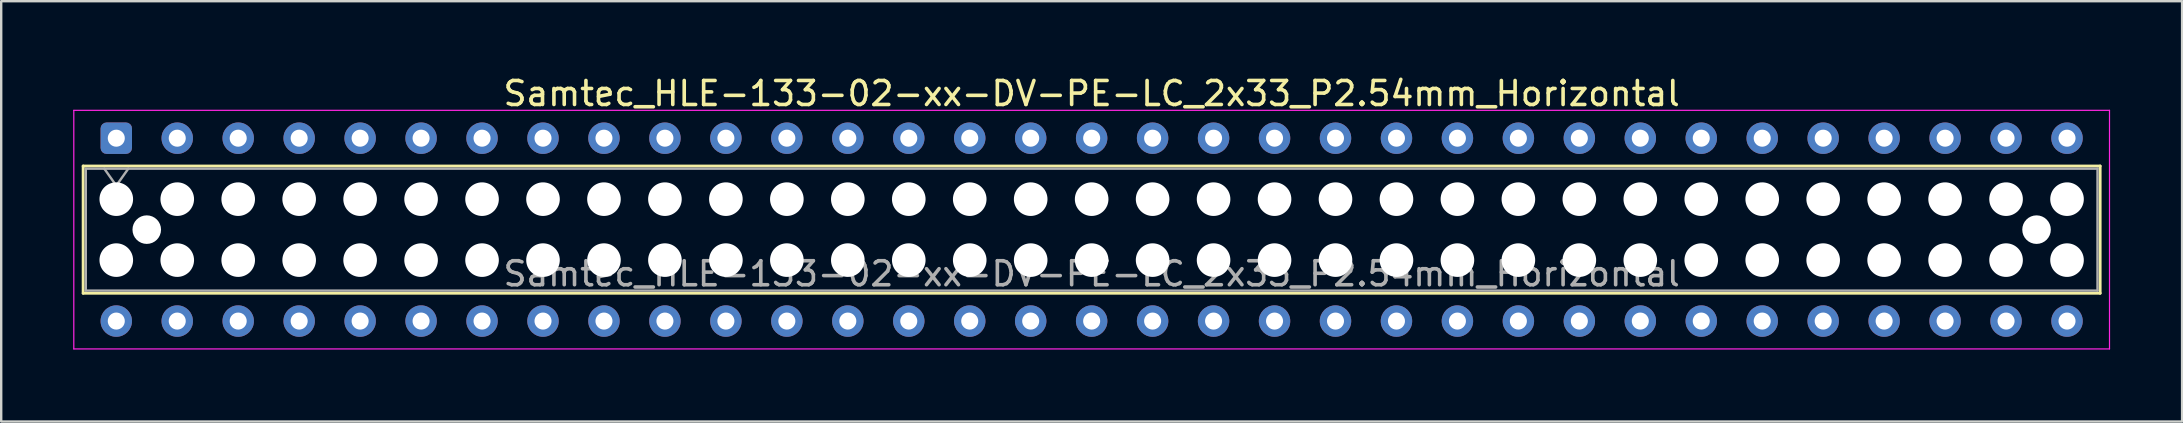
<source format=kicad_pcb>
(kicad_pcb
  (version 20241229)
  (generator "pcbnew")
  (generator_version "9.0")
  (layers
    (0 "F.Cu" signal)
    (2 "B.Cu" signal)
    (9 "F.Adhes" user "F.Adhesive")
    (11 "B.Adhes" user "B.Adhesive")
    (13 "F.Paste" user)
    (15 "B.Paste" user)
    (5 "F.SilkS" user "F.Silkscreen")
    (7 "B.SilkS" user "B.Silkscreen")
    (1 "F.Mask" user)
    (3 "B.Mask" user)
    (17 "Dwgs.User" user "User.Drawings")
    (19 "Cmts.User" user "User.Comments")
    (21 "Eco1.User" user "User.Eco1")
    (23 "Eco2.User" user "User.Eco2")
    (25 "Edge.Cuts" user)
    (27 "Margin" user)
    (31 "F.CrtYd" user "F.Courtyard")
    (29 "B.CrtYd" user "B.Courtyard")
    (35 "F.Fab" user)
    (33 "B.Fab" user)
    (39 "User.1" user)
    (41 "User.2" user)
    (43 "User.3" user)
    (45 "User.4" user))
  (footprint "Samtec_HLE-133-02-xx-DV-PE-LC_2x33_P2.54mm_Horizontal"
    (layer "F.Cu")
    (at 1.795 2.708)
    (property "Reference" "Samtec_HLE-133-02-xx-DV-PE-LC_2x33_P2.54mm_Horizontal" (at 40.64 -1.86 0) (layer "F.SilkS") (effects (font (size 1 1) (thickness 0.15))))
    (attr through_hole)
    (fp_line (start -1.38 1.16) (end 82.66 1.16) (stroke (width 0.12) (type solid)) (layer "F.SilkS"))
    (fp_line (start -1.38 6.46) (end -1.38 1.16) (stroke (width 0.12) (type solid)) (layer "F.SilkS"))
    (fp_line (start 82.66 1.16) (end 82.66 6.46) (stroke (width 0.12) (type solid)) (layer "F.SilkS"))
    (fp_line (start 82.66 6.46) (end -1.38 6.46) (stroke (width 0.12) (type solid)) (layer "F.SilkS"))
    (fp_line (start -1.77 -1.16) (end 83.05 -1.16) (stroke (width 0.05) (type solid)) (layer "F.CrtYd"))
    (fp_line (start -1.77 8.78) (end -1.77 -1.16) (stroke (width 0.05) (type solid)) (layer "F.CrtYd"))
    (fp_line (start 83.05 -1.16) (end 83.05 8.78) (stroke (width 0.05) (type solid)) (layer "F.CrtYd"))
    (fp_line (start 83.05 8.78) (end -1.77 8.78) (stroke (width 0.05) (type solid)) (layer "F.CrtYd"))
    (fp_line (start -1.27 1.27) (end 82.55 1.27) (stroke (width 0.1) (type solid)) (layer "F.Fab"))
    (fp_line (start -1.27 6.35) (end -1.27 1.27) (stroke (width 0.1) (type solid)) (layer "F.Fab"))
    (fp_line (start -0.5 1.27) (end 0 1.977) (stroke (width 0.1) (type solid)) (layer "F.Fab"))
    (fp_line (start 0 1.977) (end 0.5 1.27) (stroke (width 0.1) (type solid)) (layer "F.Fab"))
    (fp_line (start 82.55 1.27) (end 82.55 6.35) (stroke (width 0.1) (type solid)) (layer "F.Fab"))
    (fp_line (start 82.55 6.35) (end -1.27 6.35) (stroke (width 0.1) (type solid)) (layer "F.Fab"))
    (fp_text user "${REFERENCE}" (at 40.64 5.65 0) (layer "F.Fab") (effects (font (size 1 1) (thickness 0.15))))
    (pad "" np_thru_hole circle (at 0 2.54) (size 1.4 1.4) (drill 1.4) (layers "*.Cu" "*.Mask"))
    (pad "" np_thru_hole circle (at 0 5.08) (size 1.4 1.4) (drill 1.4) (layers "*.Cu" "*.Mask"))
    (pad "" np_thru_hole circle (at 1.27 3.81) (size 1.19 1.19) (drill 1.19) (layers "*.Cu" "*.Mask"))
    (pad "" np_thru_hole circle (at 2.54 2.54) (size 1.4 1.4) (drill 1.4) (layers "*.Cu" "*.Mask"))
    (pad "" np_thru_hole circle (at 2.54 5.08) (size 1.4 1.4) (drill 1.4) (layers "*.Cu" "*.Mask"))
    (pad "" np_thru_hole circle (at 5.08 2.54) (size 1.4 1.4) (drill 1.4) (layers "*.Cu" "*.Mask"))
    (pad "" np_thru_hole circle (at 5.08 5.08) (size 1.4 1.4) (drill 1.4) (layers "*.Cu" "*.Mask"))
    (pad "" np_thru_hole circle (at 7.62 2.54) (size 1.4 1.4) (drill 1.4) (layers "*.Cu" "*.Mask"))
    (pad "" np_thru_hole circle (at 7.62 5.08) (size 1.4 1.4) (drill 1.4) (layers "*.Cu" "*.Mask"))
    (pad "" np_thru_hole circle (at 10.16 2.54) (size 1.4 1.4) (drill 1.4) (layers "*.Cu" "*.Mask"))
    (pad "" np_thru_hole circle (at 10.16 5.08) (size 1.4 1.4) (drill 1.4) (layers "*.Cu" "*.Mask"))
    (pad "" np_thru_hole circle (at 12.7 2.54) (size 1.4 1.4) (drill 1.4) (layers "*.Cu" "*.Mask"))
    (pad "" np_thru_hole circle (at 12.7 5.08) (size 1.4 1.4) (drill 1.4) (layers "*.Cu" "*.Mask"))
    (pad "" np_thru_hole circle (at 15.24 2.54) (size 1.4 1.4) (drill 1.4) (layers "*.Cu" "*.Mask"))
    (pad "" np_thru_hole circle (at 15.24 5.08) (size 1.4 1.4) (drill 1.4) (layers "*.Cu" "*.Mask"))
    (pad "" np_thru_hole circle (at 17.78 2.54) (size 1.4 1.4) (drill 1.4) (layers "*.Cu" "*.Mask"))
    (pad "" np_thru_hole circle (at 17.78 5.08) (size 1.4 1.4) (drill 1.4) (layers "*.Cu" "*.Mask"))
    (pad "" np_thru_hole circle (at 20.32 2.54) (size 1.4 1.4) (drill 1.4) (layers "*.Cu" "*.Mask"))
    (pad "" np_thru_hole circle (at 20.32 5.08) (size 1.4 1.4) (drill 1.4) (layers "*.Cu" "*.Mask"))
    (pad "" np_thru_hole circle (at 22.86 2.54) (size 1.4 1.4) (drill 1.4) (layers "*.Cu" "*.Mask"))
    (pad "" np_thru_hole circle (at 22.86 5.08) (size 1.4 1.4) (drill 1.4) (layers "*.Cu" "*.Mask"))
    (pad "" np_thru_hole circle (at 25.4 2.54) (size 1.4 1.4) (drill 1.4) (layers "*.Cu" "*.Mask"))
    (pad "" np_thru_hole circle (at 25.4 5.08) (size 1.4 1.4) (drill 1.4) (layers "*.Cu" "*.Mask"))
    (pad "" np_thru_hole circle (at 27.94 2.54) (size 1.4 1.4) (drill 1.4) (layers "*.Cu" "*.Mask"))
    (pad "" np_thru_hole circle (at 27.94 5.08) (size 1.4 1.4) (drill 1.4) (layers "*.Cu" "*.Mask"))
    (pad "" np_thru_hole circle (at 30.48 2.54) (size 1.4 1.4) (drill 1.4) (layers "*.Cu" "*.Mask"))
    (pad "" np_thru_hole circle (at 30.48 5.08) (size 1.4 1.4) (drill 1.4) (layers "*.Cu" "*.Mask"))
    (pad "" np_thru_hole circle (at 33.02 2.54) (size 1.4 1.4) (drill 1.4) (layers "*.Cu" "*.Mask"))
    (pad "" np_thru_hole circle (at 33.02 5.08) (size 1.4 1.4) (drill 1.4) (layers "*.Cu" "*.Mask"))
    (pad "" np_thru_hole circle (at 35.56 2.54) (size 1.4 1.4) (drill 1.4) (layers "*.Cu" "*.Mask"))
    (pad "" np_thru_hole circle (at 35.56 5.08) (size 1.4 1.4) (drill 1.4) (layers "*.Cu" "*.Mask"))
    (pad "" np_thru_hole circle (at 38.1 2.54) (size 1.4 1.4) (drill 1.4) (layers "*.Cu" "*.Mask"))
    (pad "" np_thru_hole circle (at 38.1 5.08) (size 1.4 1.4) (drill 1.4) (layers "*.Cu" "*.Mask"))
    (pad "" np_thru_hole circle (at 40.64 2.54) (size 1.4 1.4) (drill 1.4) (layers "*.Cu" "*.Mask"))
    (pad "" np_thru_hole circle (at 40.64 5.08) (size 1.4 1.4) (drill 1.4) (layers "*.Cu" "*.Mask"))
    (pad "" np_thru_hole circle (at 43.18 2.54) (size 1.4 1.4) (drill 1.4) (layers "*.Cu" "*.Mask"))
    (pad "" np_thru_hole circle (at 43.18 5.08) (size 1.4 1.4) (drill 1.4) (layers "*.Cu" "*.Mask"))
    (pad "" np_thru_hole circle (at 45.72 2.54) (size 1.4 1.4) (drill 1.4) (layers "*.Cu" "*.Mask"))
    (pad "" np_thru_hole circle (at 45.72 5.08) (size 1.4 1.4) (drill 1.4) (layers "*.Cu" "*.Mask"))
    (pad "" np_thru_hole circle (at 48.26 2.54) (size 1.4 1.4) (drill 1.4) (layers "*.Cu" "*.Mask"))
    (pad "" np_thru_hole circle (at 48.26 5.08) (size 1.4 1.4) (drill 1.4) (layers "*.Cu" "*.Mask"))
    (pad "" np_thru_hole circle (at 50.8 2.54) (size 1.4 1.4) (drill 1.4) (layers "*.Cu" "*.Mask"))
    (pad "" np_thru_hole circle (at 50.8 5.08) (size 1.4 1.4) (drill 1.4) (layers "*.Cu" "*.Mask"))
    (pad "" np_thru_hole circle (at 53.34 2.54) (size 1.4 1.4) (drill 1.4) (layers "*.Cu" "*.Mask"))
    (pad "" np_thru_hole circle (at 53.34 5.08) (size 1.4 1.4) (drill 1.4) (layers "*.Cu" "*.Mask"))
    (pad "" np_thru_hole circle (at 55.88 2.54) (size 1.4 1.4) (drill 1.4) (layers "*.Cu" "*.Mask"))
    (pad "" np_thru_hole circle (at 55.88 5.08) (size 1.4 1.4) (drill 1.4) (layers "*.Cu" "*.Mask"))
    (pad "" np_thru_hole circle (at 58.42 2.54) (size 1.4 1.4) (drill 1.4) (layers "*.Cu" "*.Mask"))
    (pad "" np_thru_hole circle (at 58.42 5.08) (size 1.4 1.4) (drill 1.4) (layers "*.Cu" "*.Mask"))
    (pad "" np_thru_hole circle (at 60.96 2.54) (size 1.4 1.4) (drill 1.4) (layers "*.Cu" "*.Mask"))
    (pad "" np_thru_hole circle (at 60.96 5.08) (size 1.4 1.4) (drill 1.4) (layers "*.Cu" "*.Mask"))
    (pad "" np_thru_hole circle (at 63.5 2.54) (size 1.4 1.4) (drill 1.4) (layers "*.Cu" "*.Mask"))
    (pad "" np_thru_hole circle (at 63.5 5.08) (size 1.4 1.4) (drill 1.4) (layers "*.Cu" "*.Mask"))
    (pad "" np_thru_hole circle (at 66.04 2.54) (size 1.4 1.4) (drill 1.4) (layers "*.Cu" "*.Mask"))
    (pad "" np_thru_hole circle (at 66.04 5.08) (size 1.4 1.4) (drill 1.4) (layers "*.Cu" "*.Mask"))
    (pad "" np_thru_hole circle (at 68.58 2.54) (size 1.4 1.4) (drill 1.4) (layers "*.Cu" "*.Mask"))
    (pad "" np_thru_hole circle (at 68.58 5.08) (size 1.4 1.4) (drill 1.4) (layers "*.Cu" "*.Mask"))
    (pad "" np_thru_hole circle (at 71.12 2.54) (size 1.4 1.4) (drill 1.4) (layers "*.Cu" "*.Mask"))
    (pad "" np_thru_hole circle (at 71.12 5.08) (size 1.4 1.4) (drill 1.4) (layers "*.Cu" "*.Mask"))
    (pad "" np_thru_hole circle (at 73.66 2.54) (size 1.4 1.4) (drill 1.4) (layers "*.Cu" "*.Mask"))
    (pad "" np_thru_hole circle (at 73.66 5.08) (size 1.4 1.4) (drill 1.4) (layers "*.Cu" "*.Mask"))
    (pad "" np_thru_hole circle (at 76.2 2.54) (size 1.4 1.4) (drill 1.4) (layers "*.Cu" "*.Mask"))
    (pad "" np_thru_hole circle (at 76.2 5.08) (size 1.4 1.4) (drill 1.4) (layers "*.Cu" "*.Mask"))
    (pad "" np_thru_hole circle (at 78.74 2.54) (size 1.4 1.4) (drill 1.4) (layers "*.Cu" "*.Mask"))
    (pad "" np_thru_hole circle (at 78.74 5.08) (size 1.4 1.4) (drill 1.4) (layers "*.Cu" "*.Mask"))
    (pad "" np_thru_hole circle (at 80.01 3.81) (size 1.19 1.19) (drill 1.19) (layers "*.Cu" "*.Mask"))
    (pad "" np_thru_hole circle (at 81.28 2.54) (size 1.4 1.4) (drill 1.4) (layers "*.Cu" "*.Mask"))
    (pad "" np_thru_hole circle (at 81.28 5.08) (size 1.4 1.4) (drill 1.4) (layers "*.Cu" "*.Mask"))
    (pad "1" thru_hole roundrect (at 0 0) (size 1.31 1.31) (drill 0.71) (layers "*.Cu" "*.Mask") (roundrect_rratio 0.191))
    (pad "2" thru_hole circle (at 0 7.62) (size 1.31 1.31) (drill 0.71) (layers "*.Cu" "*.Mask"))
    (pad "3" thru_hole circle (at 2.54 0) (size 1.31 1.31) (drill 0.71) (layers "*.Cu" "*.Mask"))
    (pad "4" thru_hole circle (at 2.54 7.62) (size 1.31 1.31) (drill 0.71) (layers "*.Cu" "*.Mask"))
    (pad "5" thru_hole circle (at 5.08 0) (size 1.31 1.31) (drill 0.71) (layers "*.Cu" "*.Mask"))
    (pad "6" thru_hole circle (at 5.08 7.62) (size 1.31 1.31) (drill 0.71) (layers "*.Cu" "*.Mask"))
    (pad "7" thru_hole circle (at 7.62 0) (size 1.31 1.31) (drill 0.71) (layers "*.Cu" "*.Mask"))
    (pad "8" thru_hole circle (at 7.62 7.62) (size 1.31 1.31) (drill 0.71) (layers "*.Cu" "*.Mask"))
    (pad "9" thru_hole circle (at 10.16 0) (size 1.31 1.31) (drill 0.71) (layers "*.Cu" "*.Mask"))
    (pad "10" thru_hole circle (at 10.16 7.62) (size 1.31 1.31) (drill 0.71) (layers "*.Cu" "*.Mask"))
    (pad "11" thru_hole circle (at 12.7 0) (size 1.31 1.31) (drill 0.71) (layers "*.Cu" "*.Mask"))
    (pad "12" thru_hole circle (at 12.7 7.62) (size 1.31 1.31) (drill 0.71) (layers "*.Cu" "*.Mask"))
    (pad "13" thru_hole circle (at 15.24 0) (size 1.31 1.31) (drill 0.71) (layers "*.Cu" "*.Mask"))
    (pad "14" thru_hole circle (at 15.24 7.62) (size 1.31 1.31) (drill 0.71) (layers "*.Cu" "*.Mask"))
    (pad "15" thru_hole circle (at 17.78 0) (size 1.31 1.31) (drill 0.71) (layers "*.Cu" "*.Mask"))
    (pad "16" thru_hole circle (at 17.78 7.62) (size 1.31 1.31) (drill 0.71) (layers "*.Cu" "*.Mask"))
    (pad "17" thru_hole circle (at 20.32 0) (size 1.31 1.31) (drill 0.71) (layers "*.Cu" "*.Mask"))
    (pad "18" thru_hole circle (at 20.32 7.62) (size 1.31 1.31) (drill 0.71) (layers "*.Cu" "*.Mask"))
    (pad "19" thru_hole circle (at 22.86 0) (size 1.31 1.31) (drill 0.71) (layers "*.Cu" "*.Mask"))
    (pad "20" thru_hole circle (at 22.86 7.62) (size 1.31 1.31) (drill 0.71) (layers "*.Cu" "*.Mask"))
    (pad "21" thru_hole circle (at 25.4 0) (size 1.31 1.31) (drill 0.71) (layers "*.Cu" "*.Mask"))
    (pad "22" thru_hole circle (at 25.4 7.62) (size 1.31 1.31) (drill 0.71) (layers "*.Cu" "*.Mask"))
    (pad "23" thru_hole circle (at 27.94 0) (size 1.31 1.31) (drill 0.71) (layers "*.Cu" "*.Mask"))
    (pad "24" thru_hole circle (at 27.94 7.62) (size 1.31 1.31) (drill 0.71) (layers "*.Cu" "*.Mask"))
    (pad "25" thru_hole circle (at 30.48 0) (size 1.31 1.31) (drill 0.71) (layers "*.Cu" "*.Mask"))
    (pad "26" thru_hole circle (at 30.48 7.62) (size 1.31 1.31) (drill 0.71) (layers "*.Cu" "*.Mask"))
    (pad "27" thru_hole circle (at 33.02 0) (size 1.31 1.31) (drill 0.71) (layers "*.Cu" "*.Mask"))
    (pad "28" thru_hole circle (at 33.02 7.62) (size 1.31 1.31) (drill 0.71) (layers "*.Cu" "*.Mask"))
    (pad "29" thru_hole circle (at 35.56 0) (size 1.31 1.31) (drill 0.71) (layers "*.Cu" "*.Mask"))
    (pad "30" thru_hole circle (at 35.56 7.62) (size 1.31 1.31) (drill 0.71) (layers "*.Cu" "*.Mask"))
    (pad "31" thru_hole circle (at 38.1 0) (size 1.31 1.31) (drill 0.71) (layers "*.Cu" "*.Mask"))
    (pad "32" thru_hole circle (at 38.1 7.62) (size 1.31 1.31) (drill 0.71) (layers "*.Cu" "*.Mask"))
    (pad "33" thru_hole circle (at 40.64 0) (size 1.31 1.31) (drill 0.71) (layers "*.Cu" "*.Mask"))
    (pad "34" thru_hole circle (at 40.64 7.62) (size 1.31 1.31) (drill 0.71) (layers "*.Cu" "*.Mask"))
    (pad "35" thru_hole circle (at 43.18 0) (size 1.31 1.31) (drill 0.71) (layers "*.Cu" "*.Mask"))
    (pad "36" thru_hole circle (at 43.18 7.62) (size 1.31 1.31) (drill 0.71) (layers "*.Cu" "*.Mask"))
    (pad "37" thru_hole circle (at 45.72 0) (size 1.31 1.31) (drill 0.71) (layers "*.Cu" "*.Mask"))
    (pad "38" thru_hole circle (at 45.72 7.62) (size 1.31 1.31) (drill 0.71) (layers "*.Cu" "*.Mask"))
    (pad "39" thru_hole circle (at 48.26 0) (size 1.31 1.31) (drill 0.71) (layers "*.Cu" "*.Mask"))
    (pad "40" thru_hole circle (at 48.26 7.62) (size 1.31 1.31) (drill 0.71) (layers "*.Cu" "*.Mask"))
    (pad "41" thru_hole circle (at 50.8 0) (size 1.31 1.31) (drill 0.71) (layers "*.Cu" "*.Mask"))
    (pad "42" thru_hole circle (at 50.8 7.62) (size 1.31 1.31) (drill 0.71) (layers "*.Cu" "*.Mask"))
    (pad "43" thru_hole circle (at 53.34 0) (size 1.31 1.31) (drill 0.71) (layers "*.Cu" "*.Mask"))
    (pad "44" thru_hole circle (at 53.34 7.62) (size 1.31 1.31) (drill 0.71) (layers "*.Cu" "*.Mask"))
    (pad "45" thru_hole circle (at 55.88 0) (size 1.31 1.31) (drill 0.71) (layers "*.Cu" "*.Mask"))
    (pad "46" thru_hole circle (at 55.88 7.62) (size 1.31 1.31) (drill 0.71) (layers "*.Cu" "*.Mask"))
    (pad "47" thru_hole circle (at 58.42 0) (size 1.31 1.31) (drill 0.71) (layers "*.Cu" "*.Mask"))
    (pad "48" thru_hole circle (at 58.42 7.62) (size 1.31 1.31) (drill 0.71) (layers "*.Cu" "*.Mask"))
    (pad "49" thru_hole circle (at 60.96 0) (size 1.31 1.31) (drill 0.71) (layers "*.Cu" "*.Mask"))
    (pad "50" thru_hole circle (at 60.96 7.62) (size 1.31 1.31) (drill 0.71) (layers "*.Cu" "*.Mask"))
    (pad "51" thru_hole circle (at 63.5 0) (size 1.31 1.31) (drill 0.71) (layers "*.Cu" "*.Mask"))
    (pad "52" thru_hole circle (at 63.5 7.62) (size 1.31 1.31) (drill 0.71) (layers "*.Cu" "*.Mask"))
    (pad "53" thru_hole circle (at 66.04 0) (size 1.31 1.31) (drill 0.71) (layers "*.Cu" "*.Mask"))
    (pad "54" thru_hole circle (at 66.04 7.62) (size 1.31 1.31) (drill 0.71) (layers "*.Cu" "*.Mask"))
    (pad "55" thru_hole circle (at 68.58 0) (size 1.31 1.31) (drill 0.71) (layers "*.Cu" "*.Mask"))
    (pad "56" thru_hole circle (at 68.58 7.62) (size 1.31 1.31) (drill 0.71) (layers "*.Cu" "*.Mask"))
    (pad "57" thru_hole circle (at 71.12 0) (size 1.31 1.31) (drill 0.71) (layers "*.Cu" "*.Mask"))
    (pad "58" thru_hole circle (at 71.12 7.62) (size 1.31 1.31) (drill 0.71) (layers "*.Cu" "*.Mask"))
    (pad "59" thru_hole circle (at 73.66 0) (size 1.31 1.31) (drill 0.71) (layers "*.Cu" "*.Mask"))
    (pad "60" thru_hole circle (at 73.66 7.62) (size 1.31 1.31) (drill 0.71) (layers "*.Cu" "*.Mask"))
    (pad "61" thru_hole circle (at 76.2 0) (size 1.31 1.31) (drill 0.71) (layers "*.Cu" "*.Mask"))
    (pad "62" thru_hole circle (at 76.2 7.62) (size 1.31 1.31) (drill 0.71) (layers "*.Cu" "*.Mask"))
    (pad "63" thru_hole circle (at 78.74 0) (size 1.31 1.31) (drill 0.71) (layers "*.Cu" "*.Mask"))
    (pad "64" thru_hole circle (at 78.74 7.62) (size 1.31 1.31) (drill 0.71) (layers "*.Cu" "*.Mask"))
    (pad "65" thru_hole circle (at 81.28 0) (size 1.31 1.31) (drill 0.71) (layers "*.Cu" "*.Mask"))
    (pad "66" thru_hole circle (at 81.28 7.62) (size 1.31 1.31) (drill 0.71) (layers "*.Cu" "*.Mask")))
  (gr_rect
    (start -3 -3)
    (end 87.87 14.513)
    (stroke (width 0.1) (type default))
    (fill no)
    (layer "Edge.Cuts")))
</source>
